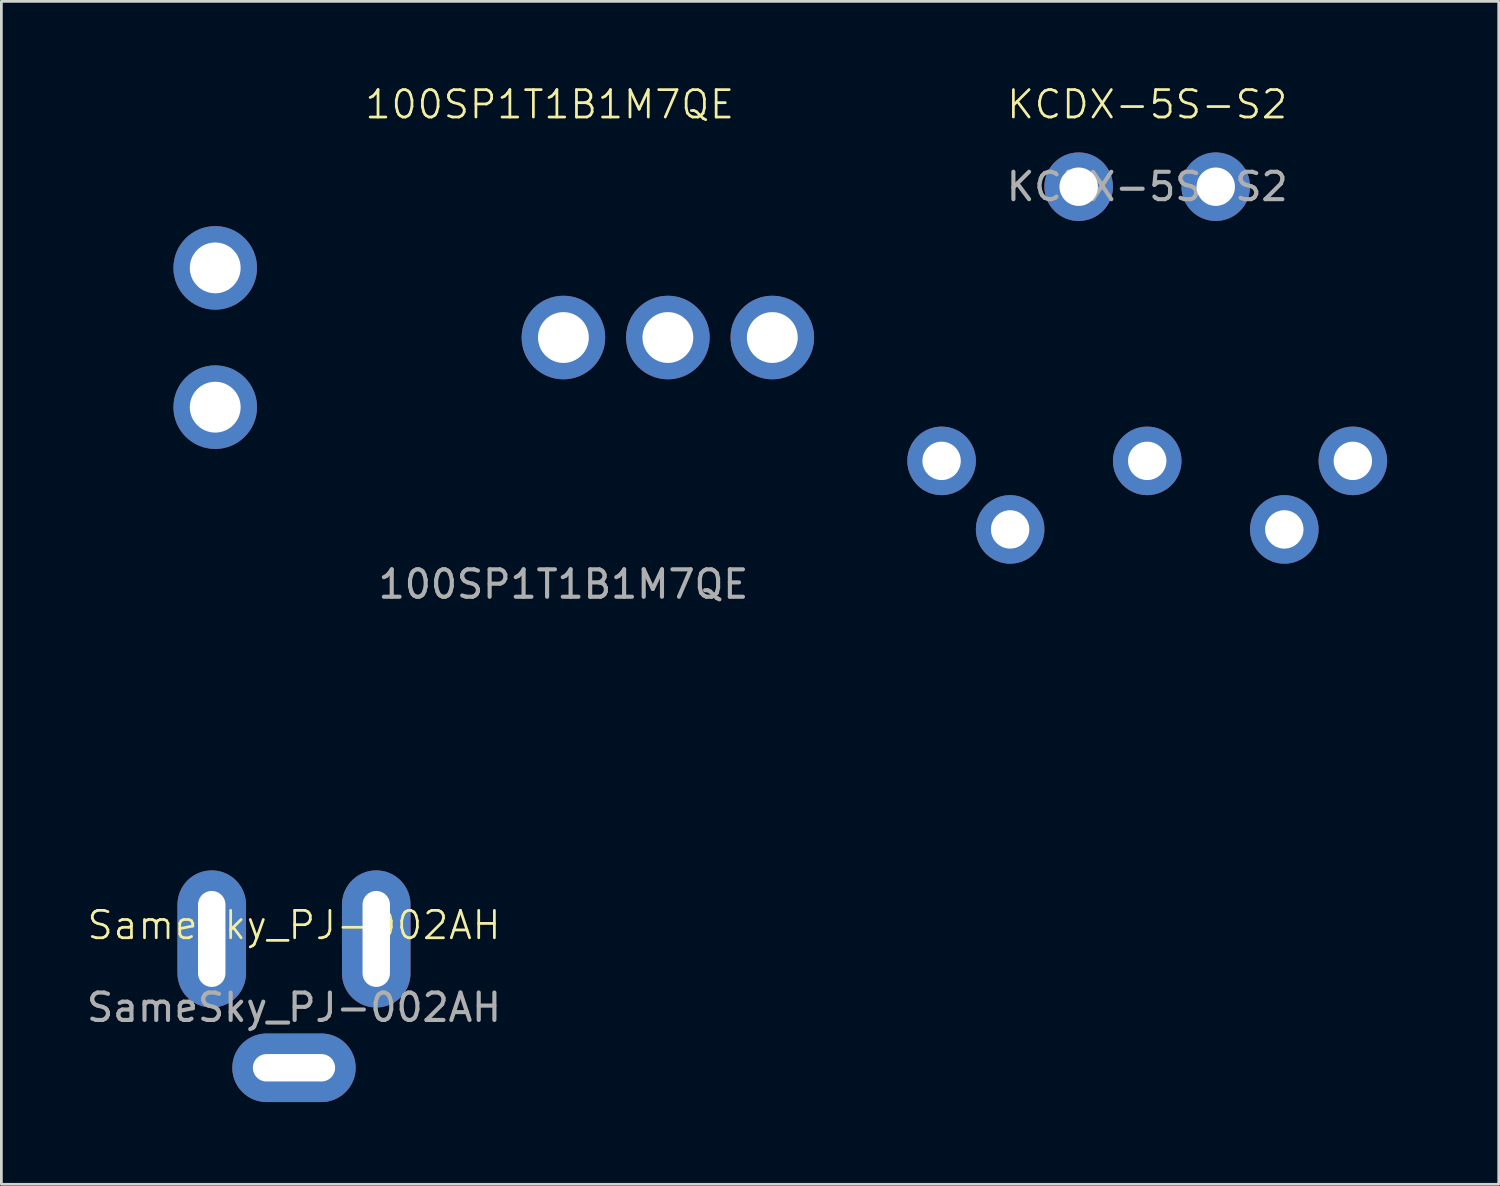
<source format=kicad_pcb>
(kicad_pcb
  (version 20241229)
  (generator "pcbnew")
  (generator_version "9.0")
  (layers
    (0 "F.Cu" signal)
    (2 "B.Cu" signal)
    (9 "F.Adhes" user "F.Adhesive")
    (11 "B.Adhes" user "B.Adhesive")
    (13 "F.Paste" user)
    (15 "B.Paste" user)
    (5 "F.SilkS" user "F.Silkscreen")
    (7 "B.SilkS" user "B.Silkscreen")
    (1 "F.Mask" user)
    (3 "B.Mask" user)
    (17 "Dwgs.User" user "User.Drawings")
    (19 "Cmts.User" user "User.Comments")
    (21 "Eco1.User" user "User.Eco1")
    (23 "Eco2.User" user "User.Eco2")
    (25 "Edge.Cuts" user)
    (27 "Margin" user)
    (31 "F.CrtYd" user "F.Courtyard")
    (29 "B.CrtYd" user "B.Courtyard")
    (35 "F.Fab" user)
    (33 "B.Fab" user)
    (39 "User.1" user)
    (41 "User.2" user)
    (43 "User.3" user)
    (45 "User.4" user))
  (footprint "KCDX-5S-S2"
    (layer "F.Cu")
    (at 38.794 1.26)
    (property "Reference" "KCDX-5S-S2" (at 0 -0.5 0) (unlocked yes) (layer "F.SilkS") (effects (font (size 1 1) (thickness 0.1))))
    (attr through_hole)
    (fp_line (start -9 0) (end 9.5 0) (stroke (width 0.3) (type solid)) (layer "User.1"))
    (fp_text user "${REFERENCE}" (at 0 2.5 0) (unlocked yes) (layer "F.Fab") (effects (font (size 1 1) (thickness 0.15))))
    (fp_text user "conn\nedge" (at 6 3 0) (unlocked yes) (layer "User.1") (effects (font (size 1 1) (thickness 0.15)) (justify left bottom)))
    (pad "1" thru_hole circle (at 7.5 12.5) (size 2.5 2.5) (drill 1.4) (layers "*.Cu" "*.Mask"))
    (pad "2" thru_hole circle (at 0 12.5) (size 2.5 2.5) (drill 1.4) (layers "*.Cu" "*.Mask"))
    (pad "3" thru_hole circle (at -7.5 12.5) (size 2.5 2.5) (drill 1.4) (layers "*.Cu" "*.Mask"))
    (pad "4" thru_hole circle (at 5 15) (size 2.5 2.5) (drill 1.4) (layers "*.Cu" "*.Mask"))
    (pad "5" thru_hole circle (at -5 15) (size 2.5 2.5) (drill 1.4) (layers "*.Cu" "*.Mask"))
    (pad "SH" thru_hole circle (at -2.5 2.5) (size 2.5 2.5) (drill 1.4) (layers "*.Cu" "*.Mask"))
    (pad "SH" thru_hole circle (at 2.5 2.5) (size 2.5 2.5) (drill 1.4) (layers "*.Cu" "*.Mask")))
  (footprint "SameSky_PJ-002AH"
    (layer "F.Cu")
    (at 7.673 31.197)
    (property "Reference" "SameSky_PJ-002AH" (at 0 -0.5 0) (unlocked yes) (layer "F.SilkS") (effects (font (size 1 1) (thickness 0.1))))
    (attr through_hole)
    (fp_line (start -5.042 -9.004) (end 5.108 -9.004) (stroke (width 0.1) (type default)) (layer "User.1"))
    (fp_text user "${REFERENCE}" (at 0 2.5 0) (unlocked yes) (layer "F.Fab") (effects (font (size 1 1) (thickness 0.15))))
    (fp_text user "conn edge" (at -3.988 -7.638 0) (unlocked yes) (layer "User.1") (effects (font (size 1 1) (thickness 0.15)) (justify left bottom)))
    (pad "1" thru_hole oval (at 3 0) (size 2.5 5) (drill oval 1 3.5) (layers "*.Cu" "*.Mask"))
    (pad "2" thru_hole oval (at -3 0) (size 2.5 5) (drill oval 1 3.5) (layers "*.Cu" "*.Mask"))
    (pad "3" thru_hole oval (at 0 4.7 90) (size 2.5 4.5) (drill oval 1 3) (layers "*.Cu" "*.Mask")))
  (footprint "100SP1T1B1M7QE"
    (layer "F.Cu")
    (at 17.5 9.261)
    (property "Reference" "100SP1T1B1M7QE" (at -0.5 -8.5 0) (unlocked yes) (layer "F.SilkS") (effects (font (size 1 1) (thickness 0.1))))
    (attr through_hole)
    (fp_line (start -17.45 1.714) (end -17.45 -1.702) (stroke (width 0.1) (type default)) (layer "User.1"))
    (fp_line (start -17.45 1.714) (end -12.7 1.714) (stroke (width 0.1) (type default)) (layer "User.1"))
    (fp_line (start -17.374 -1.714) (end -12.7 -1.714) (stroke (width 0.1) (type default)) (layer "User.1"))
    (fp_line (start -12.7 -3.429) (end -1.753 -3.429) (stroke (width 0.1) (type default)) (layer "User.1"))
    (fp_line (start -12.7 0) (end -12.7 -3.429) (stroke (width 0.1) (type default)) (layer "User.1"))
    (fp_line (start -12.7 3.429) (end -12.7 0) (stroke (width 0.1) (type default)) (layer "User.1"))
    (fp_line (start -12.7 3.429) (end -1.753 3.429) (stroke (width 0.1) (type default)) (layer "User.1"))
    (fp_text user "${REFERENCE}" (at 0 9 0) (unlocked yes) (layer "F.Fab") (effects (font (size 1 1) (thickness 0.15))))
    (pad "1" thru_hole circle (at 0 0) (size 3.048 3.048) (drill 1.854) (layers "*.Cu" "*.Mask"))
    (pad "2" thru_hole circle (at 3.81 0) (size 3.048 3.048) (drill 1.854) (layers "*.Cu" "*.Mask"))
    (pad "3" thru_hole circle (at 7.62 0) (size 3.048 3.048) (drill 1.854) (layers "*.Cu" "*.Mask"))
    (pad "SH" thru_hole circle (at -12.7 -2.54) (size 3.048 3.048) (drill 1.854) (layers "*.Cu" "*.Mask"))
    (pad "SH" thru_hole circle (at -12.7 2.54) (size 3.048 3.048) (drill 1.854) (layers "*.Cu" "*.Mask")))
  (gr_rect
    (start -3 -3)
    (end 51.615 40.147)
    (stroke (width 0.1) (type default))
    (fill no)
    (layer "Edge.Cuts")))
</source>
